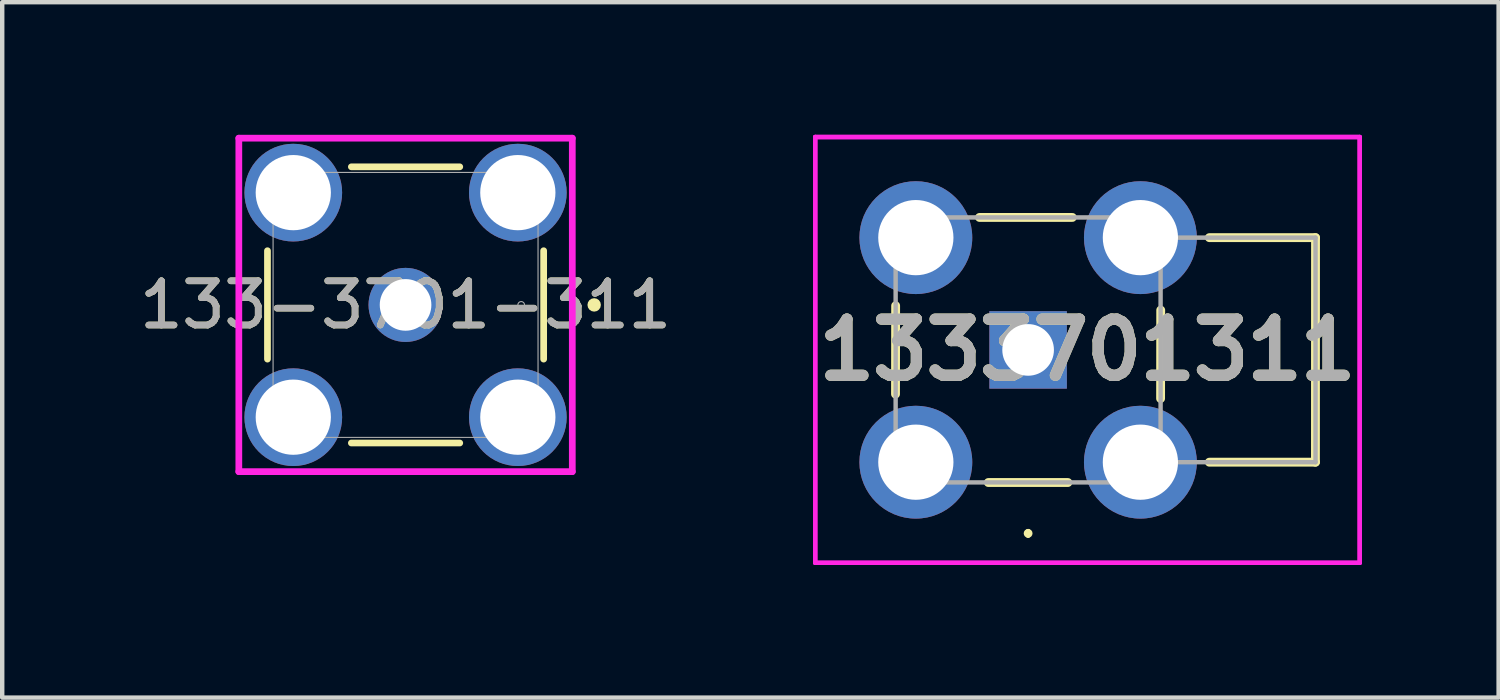
<source format=kicad_pcb>
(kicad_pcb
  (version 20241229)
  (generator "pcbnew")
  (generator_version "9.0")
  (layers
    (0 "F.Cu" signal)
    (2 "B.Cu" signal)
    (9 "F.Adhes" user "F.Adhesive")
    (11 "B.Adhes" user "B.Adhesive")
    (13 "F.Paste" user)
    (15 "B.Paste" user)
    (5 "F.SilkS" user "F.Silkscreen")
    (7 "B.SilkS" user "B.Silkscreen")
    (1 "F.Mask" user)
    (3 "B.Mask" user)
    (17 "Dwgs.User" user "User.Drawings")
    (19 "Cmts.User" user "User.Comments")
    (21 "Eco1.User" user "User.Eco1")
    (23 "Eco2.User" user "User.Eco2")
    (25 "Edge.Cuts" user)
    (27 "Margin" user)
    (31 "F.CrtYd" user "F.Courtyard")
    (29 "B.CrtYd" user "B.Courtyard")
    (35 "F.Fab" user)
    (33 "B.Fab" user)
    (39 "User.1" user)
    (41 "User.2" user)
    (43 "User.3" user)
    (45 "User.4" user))
  (footprint "1333701311"
    (layer "F.Cu")
    (at 20.209 4.866)
    (property "Reference" "1333701311" (at 1.343 0 0) (layer "F.SilkS") (effects (font (size 1.27 1.27) (thickness 0.254))))
    (attr through_hole)
    (fp_line (start -3 1) (end -2.997 -1) (stroke (width 0.2) (type solid)) (layer "F.SilkS"))
    (fp_line (start -1.1 -2.997) (end 1 -2.997) (stroke (width 0.2) (type solid)) (layer "F.SilkS"))
    (fp_line (start -0.9 3) (end 0.9 3) (stroke (width 0.2) (type solid)) (layer "F.SilkS"))
    (fp_line (start 0 4.1) (end 0 4.1) (stroke (width 0.1) (type solid)) (layer "F.SilkS"))
    (fp_line (start 0 4.2) (end 0 4.2) (stroke (width 0.1) (type solid)) (layer "F.SilkS"))
    (fp_line (start 3 -0.9) (end 2.997 1.1) (stroke (width 0.2) (type solid)) (layer "F.SilkS"))
    (fp_line (start 4.1 -2.54) (end 6.502 -2.54) (stroke (width 0.2) (type solid)) (layer "F.SilkS"))
    (fp_line (start 6.5 2.54) (end 4.1 2.54) (stroke (width 0.2) (type solid)) (layer "F.SilkS"))
    (fp_line (start 6.502 -2.54) (end 6.5 2.54) (stroke (width 0.2) (type solid)) (layer "F.SilkS"))
    (fp_arc (start 0 4.1) (mid 0.05 4.15) (end 0 4.2) (stroke (width 0.1) (type solid)) (layer "F.SilkS"))
    (fp_arc (start 0 4.2) (mid -0.05 4.15) (end 0 4.1) (stroke (width 0.1) (type solid)) (layer "F.SilkS"))
    (fp_line (start -4.816 -4.816) (end 7.502 -4.816) (stroke (width 0.1) (type solid)) (layer "F.CrtYd"))
    (fp_line (start -4.816 -4.816) (end 7.502 -4.816) (stroke (width 0.1) (type solid)) (layer "F.CrtYd"))
    (fp_line (start -4.816 4.816) (end -4.816 -4.816) (stroke (width 0.1) (type solid)) (layer "F.CrtYd"))
    (fp_line (start -4.816 4.816) (end -4.816 -4.816) (stroke (width 0.1) (type solid)) (layer "F.CrtYd"))
    (fp_line (start 7.502 -4.816) (end 7.502 4.816) (stroke (width 0.1) (type solid)) (layer "F.CrtYd"))
    (fp_line (start 7.502 -4.816) (end 7.502 4.816) (stroke (width 0.1) (type solid)) (layer "F.CrtYd"))
    (fp_line (start 7.502 4.816) (end -4.816 4.816) (stroke (width 0.1) (type solid)) (layer "F.CrtYd"))
    (fp_line (start 7.502 4.816) (end -4.816 4.816) (stroke (width 0.1) (type solid)) (layer "F.CrtYd"))
    (fp_line (start -2.997 -2.997) (end 2.997 -2.997) (stroke (width 0.1) (type solid)) (layer "F.Fab"))
    (fp_line (start -2.997 2.997) (end -2.997 -2.997) (stroke (width 0.1) (type solid)) (layer "F.Fab"))
    (fp_line (start 2.54 -2.54) (end 6.502 -2.54) (stroke (width 0.1) (type solid)) (layer "F.Fab"))
    (fp_line (start 2.997 -2.997) (end 2.997 2.997) (stroke (width 0.1) (type solid)) (layer "F.Fab"))
    (fp_line (start 2.997 2.997) (end -2.997 2.997) (stroke (width 0.1) (type solid)) (layer "F.Fab"))
    (fp_line (start 6.502 -2.54) (end 6.502 2.54) (stroke (width 0.1) (type solid)) (layer "F.Fab"))
    (fp_line (start 6.502 2.54) (end 2.997 2.54) (stroke (width 0.1) (type solid)) (layer "F.Fab"))
    (fp_text user "${REFERENCE}" (at 1.343 0 0) (layer "F.Fab") (effects (font (size 1.27 1.27) (thickness 0.254))))
    (pad "1" thru_hole rect (at 0 0) (size 1.753 1.753) (drill 1.168) (layers "*.Cu" "*.Mask"))
    (pad "2" thru_hole circle (at -2.54 2.54) (size 2.553 2.553) (drill 1.702) (layers "*.Cu" "*.Mask"))
    (pad "3" thru_hole circle (at 2.54 2.54) (size 2.553 2.553) (drill 1.702) (layers "*.Cu" "*.Mask"))
    (pad "4" thru_hole circle (at 2.54 -2.54) (size 2.553 2.553) (drill 1.702) (layers "*.Cu" "*.Mask"))
    (pad "5" thru_hole circle (at -2.54 -2.54) (size 2.553 2.553) (drill 1.702) (layers "*.Cu" "*.Mask")))
  (footprint "133-3701-311"
    (layer "F.Cu")
    (at 6.125 3.848)
    (property "Reference" "133-3701-311" (at 0 0 0) (unlocked yes) (layer "F.SilkS") (effects (font (size 1 1) (thickness 0.15))))
    (attr through_hole)
    (fp_line (start -3.124 -1.226) (end -3.124 1.226) (stroke (width 0.152) (type solid)) (layer "F.SilkS"))
    (fp_line (start -1.226 3.124) (end 1.226 3.124) (stroke (width 0.152) (type solid)) (layer "F.SilkS"))
    (fp_line (start 1.226 -3.124) (end -1.226 -3.124) (stroke (width 0.152) (type solid)) (layer "F.SilkS"))
    (fp_line (start 3.124 1.226) (end 3.124 -1.226) (stroke (width 0.152) (type solid)) (layer "F.SilkS"))
    (fp_circle (center 4.267 0) (end 4.343 0) (stroke (width 0.152) (type solid)) (fill no) (layer "F.SilkS"))
    (fp_line (start -3.772 -3.772) (end 3.772 -3.772) (stroke (width 0.152) (type solid)) (layer "F.CrtYd"))
    (fp_line (start -3.772 3.772) (end -3.772 -3.772) (stroke (width 0.152) (type solid)) (layer "F.CrtYd"))
    (fp_line (start 3.772 -3.772) (end 3.772 3.772) (stroke (width 0.152) (type solid)) (layer "F.CrtYd"))
    (fp_line (start 3.772 3.772) (end -3.772 3.772) (stroke (width 0.152) (type solid)) (layer "F.CrtYd"))
    (fp_line (start -2.997 -2.997) (end -2.997 2.997) (stroke (width 0.025) (type solid)) (layer "F.Fab"))
    (fp_line (start -2.997 2.997) (end 2.997 2.997) (stroke (width 0.025) (type solid)) (layer "F.Fab"))
    (fp_line (start 2.997 -2.997) (end -2.997 -2.997) (stroke (width 0.025) (type solid)) (layer "F.Fab"))
    (fp_line (start 2.997 2.997) (end 2.997 -2.997) (stroke (width 0.025) (type solid)) (layer "F.Fab"))
    (fp_circle (center 2.616 0) (end 2.692 0) (stroke (width 0.025) (type solid)) (fill no) (layer "F.Fab"))
    (fp_text user "${REFERENCE}" (at 0 0 0) (unlocked yes) (layer "F.Fab") (effects (font (size 1 1) (thickness 0.15))))
    (pad "1" thru_hole circle (at 0 0) (size 1.676 1.676) (drill 1.168) (layers "*.Cu" "*.Mask"))
    (pad "2" thru_hole circle (at -2.54 -2.54) (size 2.21 2.21) (drill 1.702) (layers "*.Cu" "*.Mask"))
    (pad "3" thru_hole circle (at -2.54 2.54) (size 2.21 2.21) (drill 1.702) (layers "*.Cu" "*.Mask"))
    (pad "4" thru_hole circle (at 2.54 2.54) (size 2.21 2.21) (drill 1.702) (layers "*.Cu" "*.Mask"))
    (pad "5" thru_hole circle (at 2.54 -2.54) (size 2.21 2.21) (drill 1.702) (layers "*.Cu" "*.Mask")))
  (gr_rect
    (start -3 -3)
    (end 30.853 12.732)
    (stroke (width 0.1) (type default))
    (fill no)
    (layer "Edge.Cuts")))
</source>
